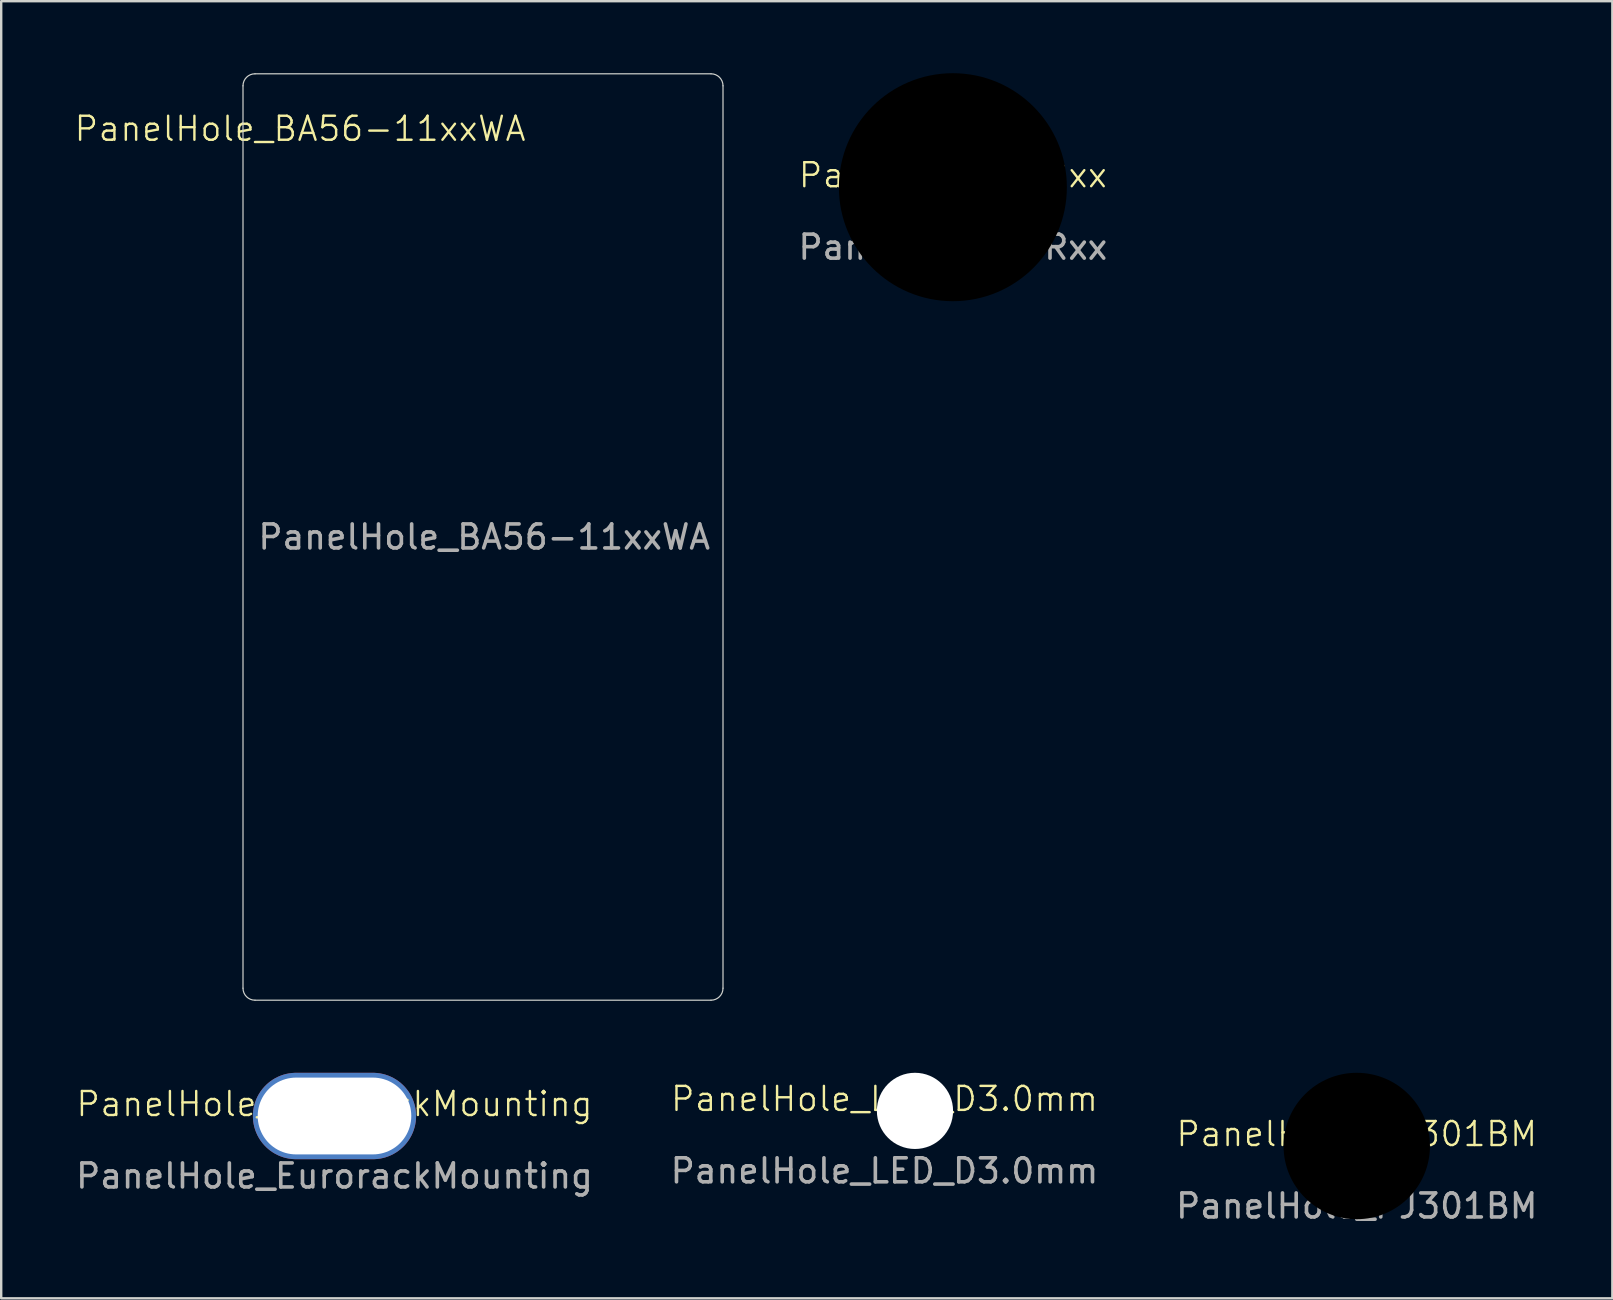
<source format=kicad_pcb>
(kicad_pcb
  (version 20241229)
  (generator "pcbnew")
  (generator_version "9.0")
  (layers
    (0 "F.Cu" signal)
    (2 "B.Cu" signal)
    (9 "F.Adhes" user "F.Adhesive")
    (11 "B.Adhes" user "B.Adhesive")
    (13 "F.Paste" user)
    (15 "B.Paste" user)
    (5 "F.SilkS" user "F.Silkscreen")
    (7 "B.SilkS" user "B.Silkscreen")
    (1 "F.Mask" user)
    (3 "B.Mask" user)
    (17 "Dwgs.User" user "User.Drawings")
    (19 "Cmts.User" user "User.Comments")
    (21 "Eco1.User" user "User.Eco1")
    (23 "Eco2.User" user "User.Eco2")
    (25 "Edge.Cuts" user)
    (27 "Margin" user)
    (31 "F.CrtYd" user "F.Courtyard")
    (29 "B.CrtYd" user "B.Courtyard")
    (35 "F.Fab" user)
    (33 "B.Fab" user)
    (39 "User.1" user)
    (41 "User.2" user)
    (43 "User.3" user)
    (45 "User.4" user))
  (footprint "PanelHole_PJ301BM"
    (layer "F.Cu")
    (at 53.482 44.7)
    (property "Reference" "PanelHole_PJ301BM" (at 0 -0.5 0) (unlocked yes) (layer "F.SilkS") (effects (font (size 1 1) (thickness 0.1))))
    (attr board_only exclude_from_pos_files exclude_from_bom allow_missing_courtyard)
    (fp_text user "${REFERENCE}" (at 0 2.5 0) (unlocked yes) (layer "F.Fab") (effects (font (size 1 1) (thickness 0.15))))
    (pad "" np_thru_hole circle (at 0 0) (size 6.1 6.1) (drill 6.1) (layers "*.Mask")))
  (footprint "PanelHole_BA56-11xxWA"
    (layer "F.Cu")
    (at 9.455 2.815)
    (property "Reference" "PanelHole_BA56-11xxWA" (at 0 -0.5 0) (unlocked yes) (layer "F.SilkS") (effects (font (size 1 1) (thickness 0.1))))
    (attr board_only exclude_from_pos_files exclude_from_bom)
    (fp_line (start -2.38 -2.29) (end -2.38 35.31) (stroke (width 0.05) (type solid)) (layer "Edge.Cuts"))
    (fp_line (start 17.12 -2.79) (end -1.88 -2.79) (stroke (width 0.05) (type solid)) (layer "Edge.Cuts"))
    (fp_line (start 17.12 35.81) (end -1.88 35.81) (stroke (width 0.05) (type solid)) (layer "Edge.Cuts"))
    (fp_line (start 17.62 -2.29) (end 17.62 35.31) (stroke (width 0.05) (type solid)) (layer "Edge.Cuts"))
    (fp_arc (start -2.38 -2.29) (mid -2.233553 -2.643553) (end -1.88 -2.79) (stroke (width 0.05) (type default)) (layer "Edge.Cuts"))
    (fp_arc (start -1.88 35.81) (mid -2.233553 35.663553) (end -2.38 35.31) (stroke (width 0.05) (type default)) (layer "Edge.Cuts"))
    (fp_arc (start 17.12 -2.79) (mid 17.473553 -2.643553) (end 17.62 -2.29) (stroke (width 0.05) (type default)) (layer "Edge.Cuts"))
    (fp_arc (start 17.62 35.31) (mid 17.473553 35.663553) (end 17.12 35.81) (stroke (width 0.05) (type default)) (layer "Edge.Cuts"))
    (fp_rect (start 17.12 -2.29) (end -1.88 35.31) (stroke (width 0.1) (type solid)) (fill no) (layer "User.2"))
    (fp_text user "${REFERENCE}" (at 7.671 16.51 0) (unlocked yes) (layer "F.Fab") (effects (font (size 1 1) (thickness 0.15)))))
  (footprint "PanelHole_LED_D3.0mm"
    (layer "F.Cu")
    (at 33.804 43.237)
    (property "Reference" "PanelHole_LED_D3.0mm" (at 0 -0.5 0) (unlocked yes) (layer "F.SilkS") (effects (font (size 1 1) (thickness 0.1))))
    (attr board_only exclude_from_pos_files exclude_from_bom allow_missing_courtyard)
    (fp_text user "${REFERENCE}" (at 0 2.5 0) (unlocked yes) (layer "F.Fab") (effects (font (size 1 1) (thickness 0.15))))
    (pad "" np_thru_hole circle (at 1.27 0) (size 3.175 3.175) (drill 3.175) (layers "*.Cu" "*.Mask")))
  (footprint "PanelHole_EurorackMounting"
    (layer "F.Cu")
    (at 10.887 43.45)
    (property "Reference" "PanelHole_EurorackMounting" (at 0 -0.5 0) (unlocked yes) (layer "F.SilkS") (effects (font (size 1 1) (thickness 0.1))))
    (attr board_only exclude_from_pos_files exclude_from_bom allow_missing_courtyard)
    (fp_text user "${REFERENCE}" (at 0 2.5 0) (unlocked yes) (layer "F.Fab") (effects (font (size 1 1) (thickness 0.15))))
    (pad "" thru_hole oval (at 0 0) (size 6.8 3.6) (drill oval 6.4 3.2) (layers "*.Cu" "*.Mask")))
  (footprint "PanelHole_D6Rxx"
    (layer "F.Cu")
    (at 36.653 4.75)
    (property "Reference" "PanelHole_D6Rxx" (at 0 -0.5 0) (unlocked yes) (layer "F.SilkS") (effects (font (size 1 1) (thickness 0.1))))
    (attr board_only exclude_from_pos_files exclude_from_bom allow_missing_courtyard)
    (fp_text user "${REFERENCE}" (at 0 2.5 0) (unlocked yes) (layer "F.Fab") (effects (font (size 1 1) (thickness 0.15))))
    (pad "" np_thru_hole circle (at 0 0) (size 9.5 9.5) (drill 9.5) (layers "*.Mask")))
  (gr_rect
    (start -3 -3)
    (end 64.131 51.048)
    (stroke (width 0.1) (type default))
    (fill no)
    (layer "Edge.Cuts")))
</source>
